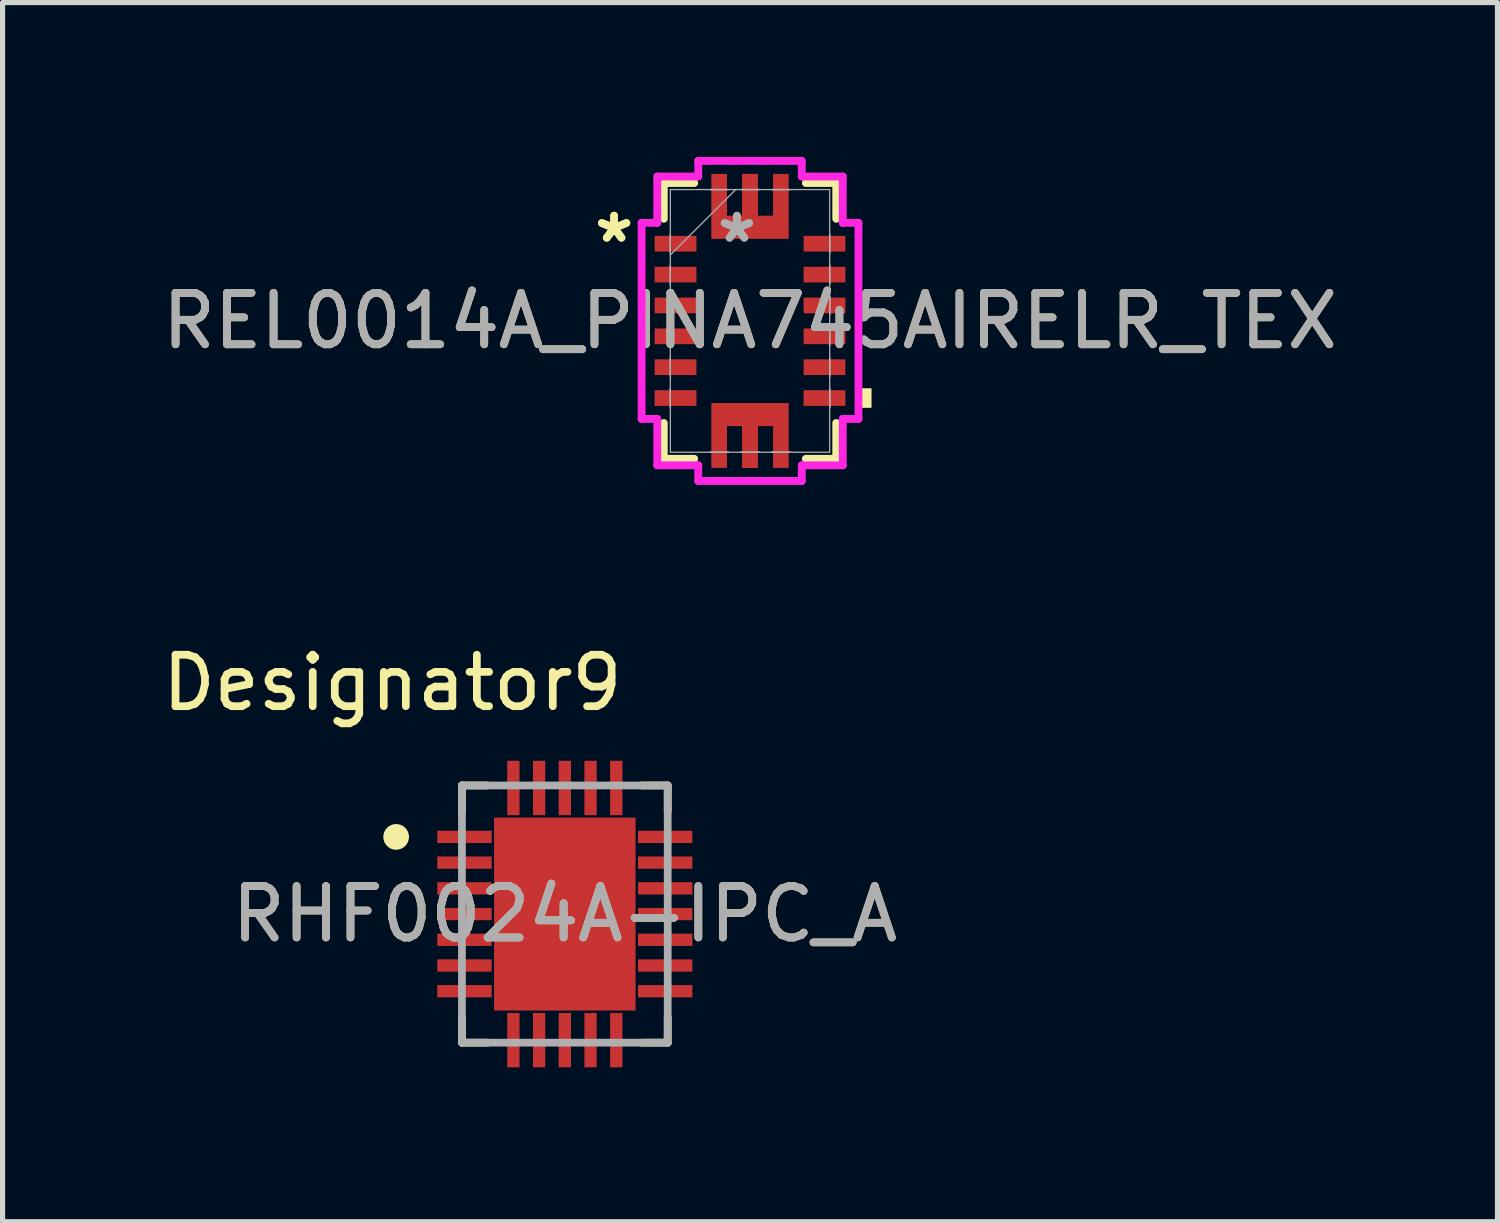
<source format=kicad_pcb>
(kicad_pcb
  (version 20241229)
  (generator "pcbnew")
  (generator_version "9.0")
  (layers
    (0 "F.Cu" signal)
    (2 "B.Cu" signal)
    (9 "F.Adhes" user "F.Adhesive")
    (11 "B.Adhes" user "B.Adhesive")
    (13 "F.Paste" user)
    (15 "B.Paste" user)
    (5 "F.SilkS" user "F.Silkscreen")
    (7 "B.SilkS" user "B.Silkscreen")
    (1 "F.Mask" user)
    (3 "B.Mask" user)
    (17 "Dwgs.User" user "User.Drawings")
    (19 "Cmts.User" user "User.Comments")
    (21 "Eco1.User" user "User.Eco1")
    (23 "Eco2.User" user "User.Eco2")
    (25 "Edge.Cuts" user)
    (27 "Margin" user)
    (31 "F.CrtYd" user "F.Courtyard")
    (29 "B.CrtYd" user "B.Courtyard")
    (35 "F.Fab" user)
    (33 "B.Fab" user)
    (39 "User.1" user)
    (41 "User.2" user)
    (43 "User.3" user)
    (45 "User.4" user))
  (footprint "RHF0024A-IPC_A"
    (layer "F.Cu")
    (at 7.93 14.719)
    (property "Reference" "RHF0024A-IPC_A" (at 0 0 0) (unlocked yes) (layer "F.SilkS") (effects (font (size 1 1) (thickness 0.15))))
    (attr smd)
    (fp_line (start -2 -2.5) (end -1.5 -2.5) (stroke (width 0.15) (type solid)) (layer "F.SilkS"))
    (fp_line (start -2 -2) (end -2 -2.5) (stroke (width 0.15) (type solid)) (layer "F.SilkS"))
    (fp_line (start -2 2.5) (end -2 2) (stroke (width 0.15) (type solid)) (layer "F.SilkS"))
    (fp_line (start -2 2.5) (end -1.5 2.5) (stroke (width 0.15) (type solid)) (layer "F.SilkS"))
    (fp_line (start 1.5 -2.5) (end 2 -2.5) (stroke (width 0.15) (type solid)) (layer "F.SilkS"))
    (fp_line (start 1.5 2.5) (end 2 2.5) (stroke (width 0.15) (type solid)) (layer "F.SilkS"))
    (fp_line (start 2 -2) (end 2 -2.5) (stroke (width 0.15) (type solid)) (layer "F.SilkS"))
    (fp_line (start 2 2.5) (end 2 2) (stroke (width 0.15) (type solid)) (layer "F.SilkS"))
    (fp_circle (center -3.279 -1.5) (end -3.154 -1.5) (stroke (width 0.25) (type solid)) (fill no) (layer "F.SilkS"))
    (fp_poly (pts (xy -0.796 1.296) (xy 0.796 1.296) (xy 0.796 -1.296) (xy -0.796 -1.296)) (stroke (width 0) (type solid)) (fill yes) (layer "F.Paste"))
    (fp_line (start -2 -2.5) (end 2 -2.5) (stroke (width 0.15) (type solid)) (layer "F.Fab"))
    (fp_line (start -2 2.5) (end -2 -2.5) (stroke (width 0.15) (type solid)) (layer "F.Fab"))
    (fp_line (start -2 2.5) (end 2 2.5) (stroke (width 0.15) (type solid)) (layer "F.Fab"))
    (fp_line (start 2 2.5) (end 2 -2.5) (stroke (width 0.15) (type solid)) (layer "F.Fab"))
    (fp_text user "Designator9" (at -3.353 -4.496 0) (unlocked yes) (layer "F.SilkS") (effects (font (size 1 1) (thickness 0.15))))
    (fp_text user "${REFERENCE}" (at 0 0 0) (unlocked yes) (layer "F.Fab") (effects (font (size 1 1) (thickness 0.15))))
    (pad "1" smd rect (at -1.951 -1.5 90) (size 0.239 1.057) (layers "F.Cu" "F.Mask" "F.Paste"))
    (pad "2" smd rect (at -1.951 -1 90) (size 0.239 1.057) (layers "F.Cu" "F.Mask" "F.Paste"))
    (pad "3" smd rect (at -1.951 -0.5 90) (size 0.239 1.057) (layers "F.Cu" "F.Mask" "F.Paste"))
    (pad "4" smd rect (at -1.951 0 90) (size 0.239 1.057) (layers "F.Cu" "F.Mask" "F.Paste"))
    (pad "5" smd rect (at -1.951 0.5 90) (size 0.239 1.057) (layers "F.Cu" "F.Mask" "F.Paste"))
    (pad "6" smd rect (at -1.951 1 90) (size 0.239 1.057) (layers "F.Cu" "F.Mask" "F.Paste"))
    (pad "7" smd rect (at -1.951 1.5 90) (size 0.239 1.057) (layers "F.Cu" "F.Mask" "F.Paste"))
    (pad "8" smd rect (at -1 2.451) (size 0.239 1.057) (layers "F.Cu" "F.Mask" "F.Paste"))
    (pad "9" smd rect (at -0.5 2.451) (size 0.239 1.057) (layers "F.Cu" "F.Mask" "F.Paste"))
    (pad "10" smd rect (at 0 2.451) (size 0.239 1.057) (layers "F.Cu" "F.Mask" "F.Paste"))
    (pad "11" smd rect (at 0.5 2.451) (size 0.239 1.057) (layers "F.Cu" "F.Mask" "F.Paste"))
    (pad "12" smd rect (at 1 2.451) (size 0.239 1.057) (layers "F.Cu" "F.Mask" "F.Paste"))
    (pad "13" smd rect (at 1.951 1.5 90) (size 0.239 1.057) (layers "F.Cu" "F.Mask" "F.Paste"))
    (pad "14" smd rect (at 1.951 1 90) (size 0.239 1.057) (layers "F.Cu" "F.Mask" "F.Paste"))
    (pad "15" smd rect (at 1.951 0.5 90) (size 0.239 1.057) (layers "F.Cu" "F.Mask" "F.Paste"))
    (pad "16" smd rect (at 1.951 0 90) (size 0.239 1.057) (layers "F.Cu" "F.Mask" "F.Paste"))
    (pad "17" smd rect (at 1.951 -0.5 90) (size 0.239 1.057) (layers "F.Cu" "F.Mask" "F.Paste"))
    (pad "18" smd rect (at 1.951 -1 90) (size 0.239 1.057) (layers "F.Cu" "F.Mask" "F.Paste"))
    (pad "19" smd rect (at 1.951 -1.5 90) (size 0.239 1.057) (layers "F.Cu" "F.Mask" "F.Paste"))
    (pad "20" smd rect (at 1 -2.451) (size 0.239 1.057) (layers "F.Cu" "F.Mask" "F.Paste"))
    (pad "21" smd rect (at 0.5 -2.451) (size 0.239 1.057) (layers "F.Cu" "F.Mask" "F.Paste"))
    (pad "22" smd rect (at 0 -2.451) (size 0.239 1.057) (layers "F.Cu" "F.Mask" "F.Paste"))
    (pad "23" smd rect (at -0.5 -2.451) (size 0.239 1.057) (layers "F.Cu" "F.Mask" "F.Paste"))
    (pad "24" smd rect (at -1 -2.451) (size 0.239 1.057) (layers "F.Cu" "F.Mask" "F.Paste"))
    (pad "25" smd rect (at 0 0) (size 2.75 3.75) (layers "F.Cu" "F.Mask")))
  (footprint "REL0014A_PINA745AIRELR_TEX"
    (layer "F.Cu")
    (at 11.53 3.188)
    (property "Reference" "REL0014A_PINA745AIRELR_TEX" (at 0 0 0) (unlocked yes) (layer "F.SilkS") (effects (font (size 1 1) (thickness 0.15))))
    (attr smd)
    (fp_poly (pts (xy -0.752 -2.857) (xy -0.752 -1.595) (xy 0.752 -1.595) (xy 0.752 -2.857) (xy 0.448 -2.857) (xy 0.448 -2.045) (xy 0.152 -2.045) (xy 0.152 -2.857) (xy -0.152 -2.857) (xy -0.152 -2.045) (xy -0.448 -2.045) (xy -0.448 -2.857)) (stroke (width 0) (type solid)) (fill yes) (layer "F.Cu"))
    (fp_poly (pts (xy -0.448 2.857) (xy -0.448 2.045) (xy -0.152 2.045) (xy -0.152 2.857) (xy 0.152 2.857) (xy 0.152 2.045) (xy 0.448 2.045) (xy 0.448 2.857) (xy 0.752 2.857) (xy 0.752 1.597) (xy -0.752 1.597) (xy -0.752 2.857)) (stroke (width 0) (type solid)) (fill yes) (layer "F.Cu"))
    (fp_poly (pts (xy -0.752 -2.045) (xy 0.752 -2.045) (xy 0.752 -1.595) (xy -0.752 -1.595)) (stroke (width 0) (type solid)) (fill yes) (layer "F.Mask"))
    (fp_poly (pts (xy -0.752 1.597) (xy 0.752 1.597) (xy 0.752 2.047) (xy -0.752 2.047)) (stroke (width 0) (type solid)) (fill yes) (layer "F.Mask"))
    (fp_poly (pts (xy -0.752 -2.857) (xy -0.752 -1.595) (xy 0.752 -1.595) (xy 0.752 -2.857) (xy 0.448 -2.857) (xy 0.448 -2.045) (xy 0.152 -2.045) (xy 0.152 -2.857) (xy -0.152 -2.857) (xy -0.152 -2.045) (xy -0.448 -2.045) (xy -0.448 -2.857)) (stroke (width 0) (type solid)) (fill yes) (layer "F.Mask"))
    (fp_poly (pts (xy -0.448 2.857) (xy -0.448 2.045) (xy -0.152 2.045) (xy -0.152 2.857) (xy 0.152 2.857) (xy 0.152 2.045) (xy 0.448 2.045) (xy 0.448 2.857) (xy 0.752 2.857) (xy 0.752 1.597) (xy -0.752 1.597) (xy -0.752 2.857)) (stroke (width 0) (type solid)) (fill yes) (layer "F.Mask"))
    (fp_line (start -1.676 -2.68) (end -1.676 -1.985) (stroke (width 0.152) (type solid)) (layer "F.SilkS"))
    (fp_line (start -1.676 1.985) (end -1.676 2.68) (stroke (width 0.152) (type solid)) (layer "F.SilkS"))
    (fp_line (start -1.676 2.68) (end -1.085 2.68) (stroke (width 0.152) (type solid)) (layer "F.SilkS"))
    (fp_line (start -1.085 -2.68) (end -1.676 -2.68) (stroke (width 0.152) (type solid)) (layer "F.SilkS"))
    (fp_line (start 1.085 2.68) (end 1.676 2.68) (stroke (width 0.152) (type solid)) (layer "F.SilkS"))
    (fp_line (start 1.676 -2.68) (end 1.085 -2.68) (stroke (width 0.152) (type solid)) (layer "F.SilkS"))
    (fp_line (start 1.676 -1.985) (end 1.676 -2.68) (stroke (width 0.152) (type solid)) (layer "F.SilkS"))
    (fp_line (start 1.676 2.68) (end 1.676 1.985) (stroke (width 0.152) (type solid)) (layer "F.SilkS"))
    (fp_poly (pts (xy 2.362 1.31) (xy 2.362 1.69) (xy 2.108 1.69) (xy 2.108 1.31)) (stroke (width 0) (type solid)) (fill yes) (layer "F.SilkS"))
    (fp_poly (pts (xy -0.752 -2.045) (xy 0.752 -2.045) (xy 0.752 -1.595) (xy -0.752 -1.595)) (stroke (width 0) (type solid)) (fill yes) (layer "F.Paste"))
    (fp_poly (pts (xy -0.752 1.597) (xy 0.752 1.597) (xy 0.752 2.047) (xy -0.752 2.047)) (stroke (width 0) (type solid)) (fill yes) (layer "F.Paste"))
    (fp_poly (pts (xy -0.752 -2.857) (xy -0.752 -1.595) (xy 0.752 -1.595) (xy 0.752 -2.857) (xy 0.448 -2.857) (xy 0.448 -2.045) (xy 0.152 -2.045) (xy 0.152 -2.857) (xy -0.152 -2.857) (xy -0.152 -2.045) (xy -0.448 -2.045) (xy -0.448 -2.857)) (stroke (width 0) (type solid)) (fill yes) (layer "F.Paste"))
    (fp_poly (pts (xy -0.448 2.857) (xy -0.448 2.045) (xy -0.152 2.045) (xy -0.152 2.857) (xy 0.152 2.857) (xy 0.152 2.045) (xy 0.448 2.045) (xy 0.448 2.857) (xy 0.752 2.857) (xy 0.752 1.597) (xy -0.752 1.597) (xy -0.752 2.857)) (stroke (width 0) (type solid)) (fill yes) (layer "F.Paste"))
    (fp_line (start -2.108 -1.906) (end -1.803 -1.906) (stroke (width 0.152) (type solid)) (layer "F.CrtYd"))
    (fp_line (start -2.108 1.906) (end -2.108 -1.906) (stroke (width 0.152) (type solid)) (layer "F.CrtYd"))
    (fp_line (start -1.803 -2.807) (end -1.006 -2.807) (stroke (width 0.152) (type solid)) (layer "F.CrtYd"))
    (fp_line (start -1.803 -1.906) (end -1.803 -2.807) (stroke (width 0.152) (type solid)) (layer "F.CrtYd"))
    (fp_line (start -1.803 1.906) (end -2.108 1.906) (stroke (width 0.152) (type solid)) (layer "F.CrtYd"))
    (fp_line (start -1.803 2.807) (end -1.803 1.906) (stroke (width 0.152) (type solid)) (layer "F.CrtYd"))
    (fp_line (start -1.006 -3.111) (end 1.006 -3.111) (stroke (width 0.152) (type solid)) (layer "F.CrtYd"))
    (fp_line (start -1.006 -2.807) (end -1.006 -3.111) (stroke (width 0.152) (type solid)) (layer "F.CrtYd"))
    (fp_line (start -1.006 2.807) (end -1.803 2.807) (stroke (width 0.152) (type solid)) (layer "F.CrtYd"))
    (fp_line (start -1.006 3.111) (end -1.006 2.807) (stroke (width 0.152) (type solid)) (layer "F.CrtYd"))
    (fp_line (start 1.006 -3.111) (end 1.006 -2.807) (stroke (width 0.152) (type solid)) (layer "F.CrtYd"))
    (fp_line (start 1.006 -2.807) (end 1.803 -2.807) (stroke (width 0.152) (type solid)) (layer "F.CrtYd"))
    (fp_line (start 1.006 2.807) (end 1.006 3.111) (stroke (width 0.152) (type solid)) (layer "F.CrtYd"))
    (fp_line (start 1.006 3.111) (end -1.006 3.111) (stroke (width 0.152) (type solid)) (layer "F.CrtYd"))
    (fp_line (start 1.803 -2.807) (end 1.803 -1.906) (stroke (width 0.152) (type solid)) (layer "F.CrtYd"))
    (fp_line (start 1.803 -1.906) (end 2.108 -1.906) (stroke (width 0.152) (type solid)) (layer "F.CrtYd"))
    (fp_line (start 1.803 1.906) (end 1.803 2.807) (stroke (width 0.152) (type solid)) (layer "F.CrtYd"))
    (fp_line (start 1.803 2.807) (end 1.006 2.807) (stroke (width 0.152) (type solid)) (layer "F.CrtYd"))
    (fp_line (start 2.108 -1.906) (end 2.108 1.906) (stroke (width 0.152) (type solid)) (layer "F.CrtYd"))
    (fp_line (start 2.108 1.906) (end 1.803 1.906) (stroke (width 0.152) (type solid)) (layer "F.CrtYd"))
    (fp_line (start -1.549 -2.553) (end -1.549 2.553) (stroke (width 0.025) (type solid)) (layer "F.Fab"))
    (fp_line (start -1.549 -1.678) (end -1.549 -1.678) (stroke (width 0.025) (type solid)) (layer "F.Fab"))
    (fp_line (start -1.549 -1.678) (end -1.549 -1.322) (stroke (width 0.025) (type solid)) (layer "F.Fab"))
    (fp_line (start -1.549 -1.322) (end -1.549 -1.678) (stroke (width 0.025) (type solid)) (layer "F.Fab"))
    (fp_line (start -1.549 -1.322) (end -1.549 -1.322) (stroke (width 0.025) (type solid)) (layer "F.Fab"))
    (fp_line (start -1.549 -1.283) (end -0.279 -2.553) (stroke (width 0.025) (type solid)) (layer "F.Fab"))
    (fp_line (start -1.549 -1.078) (end -1.549 -1.078) (stroke (width 0.025) (type solid)) (layer "F.Fab"))
    (fp_line (start -1.549 -1.078) (end -1.549 -0.722) (stroke (width 0.025) (type solid)) (layer "F.Fab"))
    (fp_line (start -1.549 -0.722) (end -1.549 -1.078) (stroke (width 0.025) (type solid)) (layer "F.Fab"))
    (fp_line (start -1.549 -0.722) (end -1.549 -0.722) (stroke (width 0.025) (type solid)) (layer "F.Fab"))
    (fp_line (start -1.549 -0.478) (end -1.549 -0.478) (stroke (width 0.025) (type solid)) (layer "F.Fab"))
    (fp_line (start -1.549 -0.478) (end -1.549 -0.122) (stroke (width 0.025) (type solid)) (layer "F.Fab"))
    (fp_line (start -1.549 -0.122) (end -1.549 -0.478) (stroke (width 0.025) (type solid)) (layer "F.Fab"))
    (fp_line (start -1.549 -0.122) (end -1.549 -0.122) (stroke (width 0.025) (type solid)) (layer "F.Fab"))
    (fp_line (start -1.549 0.122) (end -1.549 0.122) (stroke (width 0.025) (type solid)) (layer "F.Fab"))
    (fp_line (start -1.549 0.122) (end -1.549 0.478) (stroke (width 0.025) (type solid)) (layer "F.Fab"))
    (fp_line (start -1.549 0.478) (end -1.549 0.122) (stroke (width 0.025) (type solid)) (layer "F.Fab"))
    (fp_line (start -1.549 0.478) (end -1.549 0.478) (stroke (width 0.025) (type solid)) (layer "F.Fab"))
    (fp_line (start -1.549 0.722) (end -1.549 0.722) (stroke (width 0.025) (type solid)) (layer "F.Fab"))
    (fp_line (start -1.549 0.722) (end -1.549 1.078) (stroke (width 0.025) (type solid)) (layer "F.Fab"))
    (fp_line (start -1.549 1.078) (end -1.549 0.722) (stroke (width 0.025) (type solid)) (layer "F.Fab"))
    (fp_line (start -1.549 1.078) (end -1.549 1.078) (stroke (width 0.025) (type solid)) (layer "F.Fab"))
    (fp_line (start -1.549 1.322) (end -1.549 1.322) (stroke (width 0.025) (type solid)) (layer "F.Fab"))
    (fp_line (start -1.549 1.322) (end -1.549 1.678) (stroke (width 0.025) (type solid)) (layer "F.Fab"))
    (fp_line (start -1.549 1.678) (end -1.549 1.322) (stroke (width 0.025) (type solid)) (layer "F.Fab"))
    (fp_line (start -1.549 1.678) (end -1.549 1.678) (stroke (width 0.025) (type solid)) (layer "F.Fab"))
    (fp_line (start -1.549 2.553) (end 1.549 2.553) (stroke (width 0.025) (type solid)) (layer "F.Fab"))
    (fp_line (start -0.778 -2.553) (end -0.778 -2.553) (stroke (width 0.025) (type solid)) (layer "F.Fab"))
    (fp_line (start -0.778 -2.553) (end -0.422 -2.553) (stroke (width 0.025) (type solid)) (layer "F.Fab"))
    (fp_line (start -0.778 2.553) (end -0.778 2.553) (stroke (width 0.025) (type solid)) (layer "F.Fab"))
    (fp_line (start -0.778 2.553) (end -0.422 2.553) (stroke (width 0.025) (type solid)) (layer "F.Fab"))
    (fp_line (start -0.422 -2.553) (end -0.778 -2.553) (stroke (width 0.025) (type solid)) (layer "F.Fab"))
    (fp_line (start -0.422 -2.553) (end -0.422 -2.553) (stroke (width 0.025) (type solid)) (layer "F.Fab"))
    (fp_line (start -0.422 2.553) (end -0.778 2.553) (stroke (width 0.025) (type solid)) (layer "F.Fab"))
    (fp_line (start -0.422 2.553) (end -0.422 2.553) (stroke (width 0.025) (type solid)) (layer "F.Fab"))
    (fp_line (start -0.178 -2.553) (end -0.178 -2.553) (stroke (width 0.025) (type solid)) (layer "F.Fab"))
    (fp_line (start -0.178 -2.553) (end 0.178 -2.553) (stroke (width 0.025) (type solid)) (layer "F.Fab"))
    (fp_line (start -0.178 2.553) (end -0.178 2.553) (stroke (width 0.025) (type solid)) (layer "F.Fab"))
    (fp_line (start -0.178 2.553) (end 0.178 2.553) (stroke (width 0.025) (type solid)) (layer "F.Fab"))
    (fp_line (start 0.178 -2.553) (end -0.178 -2.553) (stroke (width 0.025) (type solid)) (layer "F.Fab"))
    (fp_line (start 0.178 -2.553) (end 0.178 -2.553) (stroke (width 0.025) (type solid)) (layer "F.Fab"))
    (fp_line (start 0.178 2.553) (end -0.178 2.553) (stroke (width 0.025) (type solid)) (layer "F.Fab"))
    (fp_line (start 0.178 2.553) (end 0.178 2.553) (stroke (width 0.025) (type solid)) (layer "F.Fab"))
    (fp_line (start 0.422 -2.553) (end 0.422 -2.553) (stroke (width 0.025) (type solid)) (layer "F.Fab"))
    (fp_line (start 0.422 -2.553) (end 0.778 -2.553) (stroke (width 0.025) (type solid)) (layer "F.Fab"))
    (fp_line (start 0.422 2.553) (end 0.422 2.553) (stroke (width 0.025) (type solid)) (layer "F.Fab"))
    (fp_line (start 0.422 2.553) (end 0.778 2.553) (stroke (width 0.025) (type solid)) (layer "F.Fab"))
    (fp_line (start 0.778 -2.553) (end 0.422 -2.553) (stroke (width 0.025) (type solid)) (layer "F.Fab"))
    (fp_line (start 0.778 -2.553) (end 0.778 -2.553) (stroke (width 0.025) (type solid)) (layer "F.Fab"))
    (fp_line (start 0.778 2.553) (end 0.422 2.553) (stroke (width 0.025) (type solid)) (layer "F.Fab"))
    (fp_line (start 0.778 2.553) (end 0.778 2.553) (stroke (width 0.025) (type solid)) (layer "F.Fab"))
    (fp_line (start 1.549 -2.553) (end -1.549 -2.553) (stroke (width 0.025) (type solid)) (layer "F.Fab"))
    (fp_line (start 1.549 -1.678) (end 1.549 -1.678) (stroke (width 0.025) (type solid)) (layer "F.Fab"))
    (fp_line (start 1.549 -1.678) (end 1.549 -1.322) (stroke (width 0.025) (type solid)) (layer "F.Fab"))
    (fp_line (start 1.549 -1.322) (end 1.549 -1.678) (stroke (width 0.025) (type solid)) (layer "F.Fab"))
    (fp_line (start 1.549 -1.322) (end 1.549 -1.322) (stroke (width 0.025) (type solid)) (layer "F.Fab"))
    (fp_line (start 1.549 -1.078) (end 1.549 -1.078) (stroke (width 0.025) (type solid)) (layer "F.Fab"))
    (fp_line (start 1.549 -1.078) (end 1.549 -0.722) (stroke (width 0.025) (type solid)) (layer "F.Fab"))
    (fp_line (start 1.549 -0.722) (end 1.549 -1.078) (stroke (width 0.025) (type solid)) (layer "F.Fab"))
    (fp_line (start 1.549 -0.722) (end 1.549 -0.722) (stroke (width 0.025) (type solid)) (layer "F.Fab"))
    (fp_line (start 1.549 -0.478) (end 1.549 -0.478) (stroke (width 0.025) (type solid)) (layer "F.Fab"))
    (fp_line (start 1.549 -0.478) (end 1.549 -0.122) (stroke (width 0.025) (type solid)) (layer "F.Fab"))
    (fp_line (start 1.549 -0.122) (end 1.549 -0.478) (stroke (width 0.025) (type solid)) (layer "F.Fab"))
    (fp_line (start 1.549 -0.122) (end 1.549 -0.122) (stroke (width 0.025) (type solid)) (layer "F.Fab"))
    (fp_line (start 1.549 0.122) (end 1.549 0.122) (stroke (width 0.025) (type solid)) (layer "F.Fab"))
    (fp_line (start 1.549 0.122) (end 1.549 0.478) (stroke (width 0.025) (type solid)) (layer "F.Fab"))
    (fp_line (start 1.549 0.478) (end 1.549 0.122) (stroke (width 0.025) (type solid)) (layer "F.Fab"))
    (fp_line (start 1.549 0.478) (end 1.549 0.478) (stroke (width 0.025) (type solid)) (layer "F.Fab"))
    (fp_line (start 1.549 0.722) (end 1.549 0.722) (stroke (width 0.025) (type solid)) (layer "F.Fab"))
    (fp_line (start 1.549 0.722) (end 1.549 1.078) (stroke (width 0.025) (type solid)) (layer "F.Fab"))
    (fp_line (start 1.549 1.078) (end 1.549 0.722) (stroke (width 0.025) (type solid)) (layer "F.Fab"))
    (fp_line (start 1.549 1.078) (end 1.549 1.078) (stroke (width 0.025) (type solid)) (layer "F.Fab"))
    (fp_line (start 1.549 1.322) (end 1.549 1.322) (stroke (width 0.025) (type solid)) (layer "F.Fab"))
    (fp_line (start 1.549 1.322) (end 1.549 1.678) (stroke (width 0.025) (type solid)) (layer "F.Fab"))
    (fp_line (start 1.549 1.678) (end 1.549 1.322) (stroke (width 0.025) (type solid)) (layer "F.Fab"))
    (fp_line (start 1.549 1.678) (end 1.549 1.678) (stroke (width 0.025) (type solid)) (layer "F.Fab"))
    (fp_line (start 1.549 2.553) (end 1.549 -2.553) (stroke (width 0.025) (type solid)) (layer "F.Fab"))
    (fp_text user "*" (at -2.642 -1.5 0) (layer "F.SilkS") (effects (font (size 1 1) (thickness 0.15))))
    (fp_text user "*" (at -2.642 -1.5 0) (unlocked yes) (layer "F.SilkS") (effects (font (size 1 1) (thickness 0.15))))
    (fp_text user "${REFERENCE}" (at 0 0 0) (unlocked yes) (layer "F.Fab") (effects (font (size 1 1) (thickness 0.15))))
    (fp_text user "*" (at -0.254 -1.5 0) (layer "F.Fab") (effects (font (size 1 1) (thickness 0.15))))
    (fp_text user "*" (at -0.254 -1.5 0) (unlocked yes) (layer "F.Fab") (effects (font (size 1 1) (thickness 0.15))))
    (pad "1" smd rect (at -1.448 -1.5 90) (size 0.305 0.813) (layers "F.Cu" "F.Mask" "F.Paste"))
    (pad "2" smd rect (at -1.448 -0.9 90) (size 0.305 0.813) (layers "F.Cu" "F.Mask" "F.Paste"))
    (pad "3" smd rect (at -1.448 -0.3 90) (size 0.305 0.813) (layers "F.Cu" "F.Mask" "F.Paste"))
    (pad "4" smd rect (at -1.448 0.3 90) (size 0.305 0.813) (layers "F.Cu" "F.Mask" "F.Paste"))
    (pad "5" smd rect (at -1.448 0.9 90) (size 0.305 0.813) (layers "F.Cu" "F.Mask" "F.Paste"))
    (pad "6" smd rect (at -1.448 1.5 90) (size 0.305 0.813) (layers "F.Cu" "F.Mask" "F.Paste"))
    (pad "7" smd rect (at 0 2.451) (size 0.305 0.813) (layers "F.Cu" "F.Mask" "F.Paste"))
    (pad "8" smd rect (at 1.448 1.5 90) (size 0.305 0.813) (layers "F.Cu" "F.Mask" "F.Paste"))
    (pad "9" smd rect (at 1.448 0.9 90) (size 0.305 0.813) (layers "F.Cu" "F.Mask" "F.Paste"))
    (pad "10" smd rect (at 1.448 0.3 90) (size 0.305 0.813) (layers "F.Cu" "F.Mask" "F.Paste"))
    (pad "11" smd rect (at 1.448 -0.3 90) (size 0.305 0.813) (layers "F.Cu" "F.Mask" "F.Paste"))
    (pad "12" smd rect (at 1.448 -0.9 90) (size 0.305 0.813) (layers "F.Cu" "F.Mask" "F.Paste"))
    (pad "13" smd rect (at 1.448 -1.5 90) (size 0.305 0.813) (layers "F.Cu" "F.Mask" "F.Paste"))
    (pad "14" smd rect (at 0 -2.451) (size 0.305 0.813) (layers "F.Cu" "F.Mask" "F.Paste")))
  (gr_rect
    (start -3 -3)
    (end 26.06 20.699)
    (stroke (width 0.1) (type default))
    (fill no)
    (layer "Edge.Cuts")))
</source>
